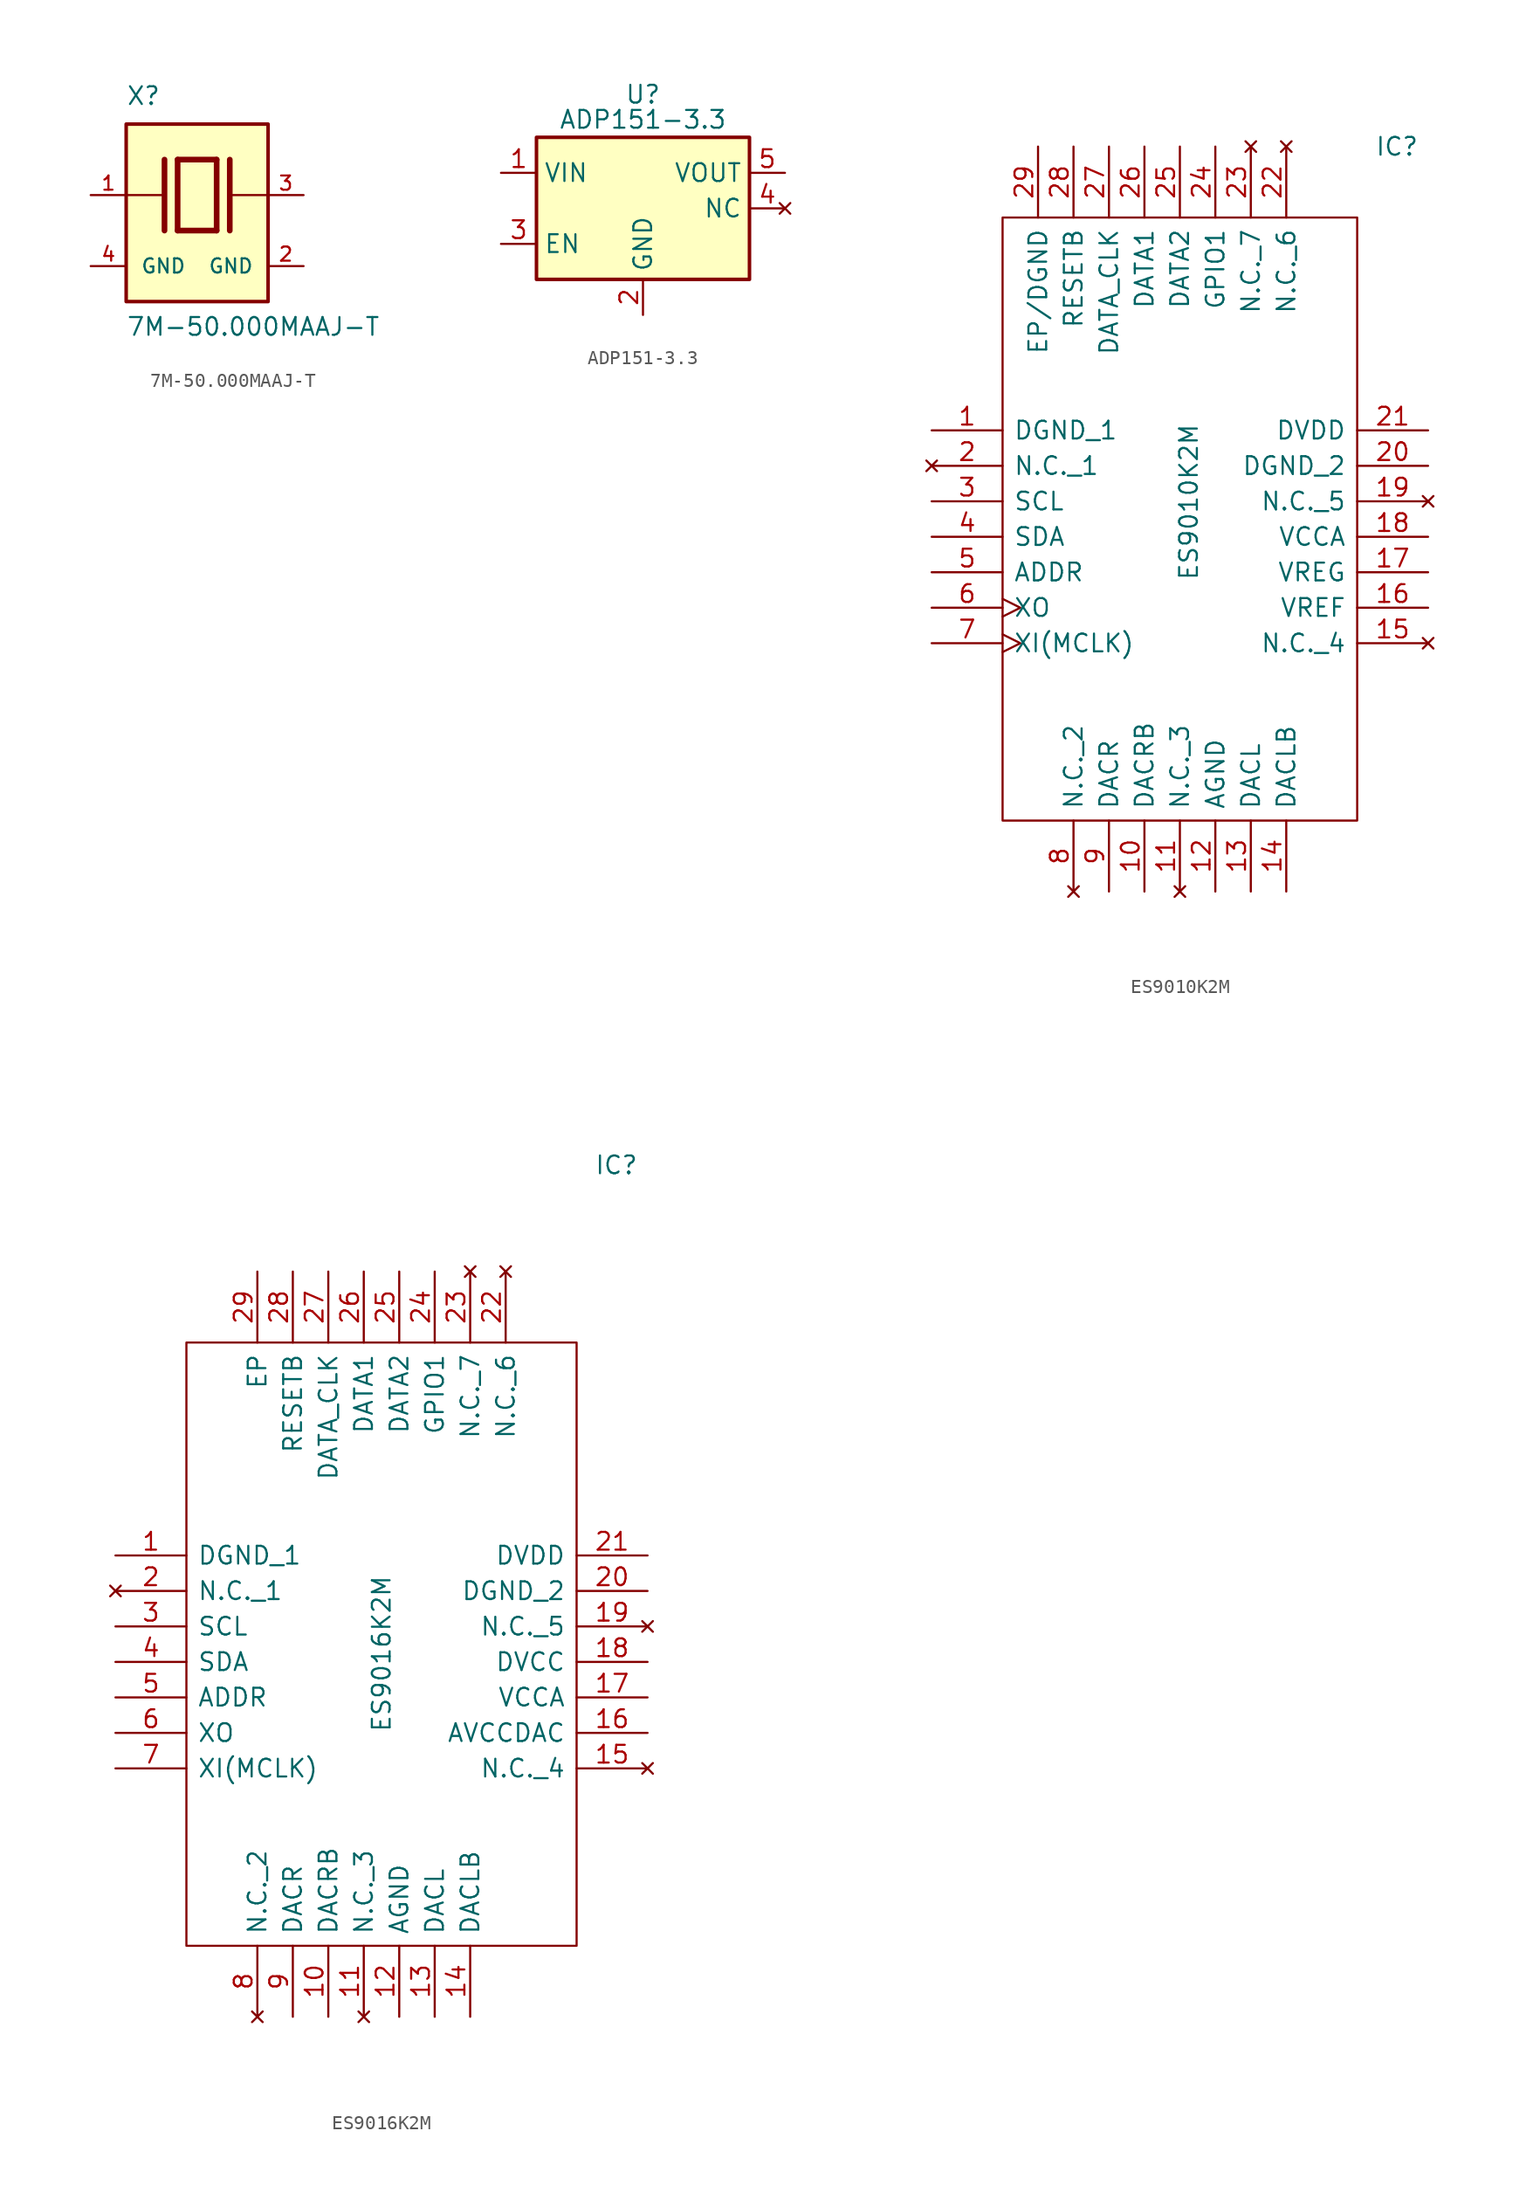
<source format=kicad_sym>
(kicad_symbol_lib
  (version 20220914)
  (generator kicad_symbol_editor)
  (symbol "7M-50.000MAAJ-T"
    (pin_names
      (offset 1.016))
    (property "Reference" "X"
      (at -5.088 6.356 0)
      (effects (font (size 1.27 1.27)) (justify left bottom)))
    (property "Value" "7M-50.000MAAJ-T"
      (at -5.094 -10.16 0)
      (effects (font (size 1.27 1.27)) (justify left bottom)))
    (symbol "7M-50.000MAAJ-T_0_0"
      (rectangle (start -5.08 -7.62) (end 5.08 5.08) (stroke (width 0.254) (type default)) (fill (type background)))
      (polyline (pts (xy -5.08 0) (xy -2.54 0)) (stroke (width 0.152) (type default)) (fill (type none)))
      (polyline (pts (xy -2.337 2.54) (xy -2.337 -2.54)) (stroke (width 0.406) (type default)) (fill (type none)))
      (polyline (pts (xy -1.397 2.54) (xy -1.397 -2.54)) (stroke (width 0.406) (type default)) (fill (type none)))
      (polyline (pts (xy -1.397 2.54) (xy 1.397 2.54)) (stroke (width 0.406) (type default)) (fill (type none)))
      (polyline (pts (xy 1.397 -2.54) (xy -1.397 -2.54)) (stroke (width 0.406) (type default)) (fill (type none)))
      (polyline (pts (xy 1.397 2.54) (xy 1.397 -2.54)) (stroke (width 0.406) (type default)) (fill (type none)))
      (polyline (pts (xy 2.337 2.54) (xy 2.337 -2.54)) (stroke (width 0.406) (type default)) (fill (type none)))
      (polyline (pts (xy 2.54 0) (xy 5.08 0)) (stroke (width 0.152) (type default)) (fill (type none)))
      (pin passive line (at -7.62 0 0) (length 2.54) (name "~" (effects (font (size 1.016 1.016)))) (number "1" (effects (font (size 1.016 1.016)))))
      (pin power_in line (at 7.62 -5.08 180) (length 2.54) (name "GND" (effects (font (size 1.016 1.016)))) (number "2" (effects (font (size 1.016 1.016)))))
      (pin passive line (at 7.62 0 180) (length 2.54) (name "~" (effects (font (size 1.016 1.016)))) (number "3" (effects (font (size 1.016 1.016)))))
      (pin power_in line (at -7.62 -5.08 0) (length 2.54) (name "GND" (effects (font (size 1.016 1.016)))) (number "4" (effects (font (size 1.016 1.016)))))))
  (symbol "ADP151-3.3"
    (property "Reference" "U"
      (at 0 8.89 0)
      (effects (font (size 1.27 1.27)) (justify top)))
    (property "Value" "ADP151-3.3"
      (at 0 6.35 0)
      (effects (font (size 1.27 1.27))))
    (symbol "ADP151-3.3_0_1"
      (rectangle (start -7.62 5.08) (end 7.62 -5.08) (stroke (width 0.254) (type default)) (fill (type background))))
    (symbol "ADP151-3.3_1_1"
      (pin power_in line (at -10.16 2.54 0) (length 2.54) (name "VIN" (effects (font (size 1.27 1.27)))) (number "1" (effects (font (size 1.27 1.27)))))
      (pin power_in line (at 0 -7.62 90) (length 2.54) (name "GND" (effects (font (size 1.27 1.27)))) (number "2" (effects (font (size 1.27 1.27)))))
      (pin input line (at -10.16 -2.54 0) (length 2.54) (name "EN" (effects (font (size 1.27 1.27)))) (number "3" (effects (font (size 1.27 1.27)))))
      (pin no_connect line (at 10.16 0 180) (length 2.54) (name "NC" (effects (font (size 1.27 1.27)))) (number "4" (effects (font (size 1.27 1.27)))))
      (pin power_out line (at 10.16 2.54 180) (length 2.54) (name "VOUT" (effects (font (size 1.27 1.27)))) (number "5" (effects (font (size 1.27 1.27)))))))
  (symbol "ES9010K2M"
    (pin_names
      (offset 0.762))
    (property "Reference" "IC"
      (at 31.75 20.32 0)
      (effects (font (size 1.27 1.27)) (justify left)))
    (property "Value" "ES9010K2M"
      (at 18.415 -10.795 90)
      (do_not_autoplace)
      (effects (font (size 1.27 1.27)) (justify left)))
    (symbol "ES9010K2M_0_0"
      (pin power_in line (at 0 0 0) (length 5.08) (name "DGND_1" (effects (font (size 1.27 1.27)))) (number "1" (effects (font (size 1.27 1.27)))))
      (pin output line (at 15.24 -33.02 90) (length 5.08) (name "DACRB" (effects (font (size 1.27 1.27)))) (number "10" (effects (font (size 1.27 1.27)))))
      (pin no_connect line (at 17.78 -33.02 90) (length 5.08) (name "N.C._3" (effects (font (size 1.27 1.27)))) (number "11" (effects (font (size 1.27 1.27)))))
      (pin power_in line (at 20.32 -33.02 90) (length 5.08) (name "AGND" (effects (font (size 1.27 1.27)))) (number "12" (effects (font (size 1.27 1.27)))))
      (pin output line (at 22.86 -33.02 90) (length 5.08) (name "DACL" (effects (font (size 1.27 1.27)))) (number "13" (effects (font (size 1.27 1.27)))))
      (pin output line (at 25.4 -33.02 90) (length 5.08) (name "DACLB" (effects (font (size 1.27 1.27)))) (number "14" (effects (font (size 1.27 1.27)))))
      (pin no_connect line (at 35.56 -15.24 180) (length 5.08) (name "N.C._4" (effects (font (size 1.27 1.27)))) (number "15" (effects (font (size 1.27 1.27)))))
      (pin power_in line (at 35.56 -12.7 180) (length 5.08) (name "VREF" (effects (font (size 1.27 1.27)))) (number "16" (effects (font (size 1.27 1.27)))))
      (pin power_out line (at 35.56 -10.16 180) (length 5.08) (name "VREG" (effects (font (size 1.27 1.27)))) (number "17" (effects (font (size 1.27 1.27)))))
      (pin power_in line (at 35.56 -7.62 180) (length 5.08) (name "VCCA" (effects (font (size 1.27 1.27)))) (number "18" (effects (font (size 1.27 1.27)))))
      (pin no_connect line (at 35.56 -5.08 180) (length 5.08) (name "N.C._5" (effects (font (size 1.27 1.27)))) (number "19" (effects (font (size 1.27 1.27)))))
      (pin no_connect line (at 0 -2.54 0) (length 5.08) (name "N.C._1" (effects (font (size 1.27 1.27)))) (number "2" (effects (font (size 1.27 1.27)))))
      (pin power_in line (at 35.56 -2.54 180) (length 5.08) (name "DGND_2" (effects (font (size 1.27 1.27)))) (number "20" (effects (font (size 1.27 1.27)))))
      (pin power_in line (at 35.56 0 180) (length 5.08) (name "DVDD" (effects (font (size 1.27 1.27)))) (number "21" (effects (font (size 1.27 1.27)))))
      (pin no_connect line (at 25.4 20.32 270) (length 5.08) (name "N.C._6" (effects (font (size 1.27 1.27)))) (number "22" (effects (font (size 1.27 1.27)))))
      (pin no_connect line (at 22.86 20.32 270) (length 5.08) (name "N.C._7" (effects (font (size 1.27 1.27)))) (number "23" (effects (font (size 1.27 1.27)))))
      (pin bidirectional line (at 20.32 20.32 270) (length 5.08) (name "GPIO1" (effects (font (size 1.27 1.27)))) (number "24" (effects (font (size 1.27 1.27)))))
      (pin input line (at 17.78 20.32 270) (length 5.08) (name "DATA2" (effects (font (size 1.27 1.27)))) (number "25" (effects (font (size 1.27 1.27)))))
      (pin bidirectional line (at 15.24 20.32 270) (length 5.08) (name "DATA1" (effects (font (size 1.27 1.27)))) (number "26" (effects (font (size 1.27 1.27)))))
      (pin bidirectional line (at 12.7 20.32 270) (length 5.08) (name "DATA_CLK" (effects (font (size 1.27 1.27)))) (number "27" (effects (font (size 1.27 1.27)))))
      (pin input line (at 10.16 20.32 270) (length 5.08) (name "RESETB" (effects (font (size 1.27 1.27)))) (number "28" (effects (font (size 1.27 1.27)))))
      (pin power_in line (at 7.62 20.32 270) (length 5.08) (name "EP/DGND" (effects (font (size 1.27 1.27)))) (number "29" (effects (font (size 1.27 1.27)))))
      (pin input line (at 0 -5.08 0) (length 5.08) (name "SCL" (effects (font (size 1.27 1.27)))) (number "3" (effects (font (size 1.27 1.27)))))
      (pin bidirectional line (at 0 -7.62 0) (length 5.08) (name "SDA" (effects (font (size 1.27 1.27)))) (number "4" (effects (font (size 1.27 1.27)))))
      (pin input line (at 0 -10.16 0) (length 5.08) (name "ADDR" (effects (font (size 1.27 1.27)))) (number "5" (effects (font (size 1.27 1.27)))))
      (pin output clock (at 0 -12.7 0) (length 5.08) (name "XO" (effects (font (size 1.27 1.27)))) (number "6" (effects (font (size 1.27 1.27)))))
      (pin input clock (at 0 -15.24 0) (length 5.08) (name "XI(MCLK)" (effects (font (size 1.27 1.27)))) (number "7" (effects (font (size 1.27 1.27)))))
      (pin no_connect line (at 10.16 -33.02 90) (length 5.08) (name "N.C._2" (effects (font (size 1.27 1.27)))) (number "8" (effects (font (size 1.27 1.27)))))
      (pin output line (at 12.7 -33.02 90) (length 5.08) (name "DACR" (effects (font (size 1.27 1.27)))) (number "9" (effects (font (size 1.27 1.27))))))
    (symbol "ES9010K2M_0_1"
      (polyline (pts (xy 5.08 15.24) (xy 30.48 15.24) (xy 30.48 -27.94) (xy 5.08 -27.94) (xy 5.08 15.24)) (stroke (width 0.152) (type solid)) (fill (type none)))))
  (symbol "ES9016K2M"
    (pin_names
      (offset 0.762))
    (property "Reference" "IC"
      (at 34.29 27.94 0)
      (effects (font (size 1.27 1.27)) (justify left)))
    (property "Value" "ES9016K2M"
      (at 19.05 -12.7 90)
      (do_not_autoplace)
      (effects (font (size 1.27 1.27)) (justify left)))
    (symbol "ES9016K2M_0_0"
      (pin power_in line (at 0 0 0) (length 5.08) (name "DGND_1" (effects (font (size 1.27 1.27)))) (number "1" (effects (font (size 1.27 1.27)))))
      (pin output line (at 15.24 -33.02 90) (length 5.08) (name "DACRB" (effects (font (size 1.27 1.27)))) (number "10" (effects (font (size 1.27 1.27)))))
      (pin no_connect line (at 17.78 -33.02 90) (length 5.08) (name "N.C._3" (effects (font (size 1.27 1.27)))) (number "11" (effects (font (size 1.27 1.27)))))
      (pin power_in line (at 20.32 -33.02 90) (length 5.08) (name "AGND" (effects (font (size 1.27 1.27)))) (number "12" (effects (font (size 1.27 1.27)))))
      (pin output line (at 22.86 -33.02 90) (length 5.08) (name "DACL" (effects (font (size 1.27 1.27)))) (number "13" (effects (font (size 1.27 1.27)))))
      (pin output line (at 25.4 -33.02 90) (length 5.08) (name "DACLB" (effects (font (size 1.27 1.27)))) (number "14" (effects (font (size 1.27 1.27)))))
      (pin no_connect line (at 38.1 -15.24 180) (length 5.08) (name "N.C._4" (effects (font (size 1.27 1.27)))) (number "15" (effects (font (size 1.27 1.27)))))
      (pin power_in line (at 38.1 -12.7 180) (length 5.08) (name "AVCCDAC" (effects (font (size 1.27 1.27)))) (number "16" (effects (font (size 1.27 1.27)))))
      (pin power_out line (at 38.1 -10.16 180) (length 5.08) (name "VCCA" (effects (font (size 1.27 1.27)))) (number "17" (effects (font (size 1.27 1.27)))))
      (pin power_in line (at 38.1 -7.62 180) (length 5.08) (name "DVCC" (effects (font (size 1.27 1.27)))) (number "18" (effects (font (size 1.27 1.27)))))
      (pin no_connect line (at 38.1 -5.08 180) (length 5.08) (name "N.C._5" (effects (font (size 1.27 1.27)))) (number "19" (effects (font (size 1.27 1.27)))))
      (pin no_connect line (at 0 -2.54 0) (length 5.08) (name "N.C._1" (effects (font (size 1.27 1.27)))) (number "2" (effects (font (size 1.27 1.27)))))
      (pin power_in line (at 38.1 -2.54 180) (length 5.08) (name "DGND_2" (effects (font (size 1.27 1.27)))) (number "20" (effects (font (size 1.27 1.27)))))
      (pin power_in line (at 38.1 0 180) (length 5.08) (name "DVDD" (effects (font (size 1.27 1.27)))) (number "21" (effects (font (size 1.27 1.27)))))
      (pin no_connect line (at 27.94 20.32 270) (length 5.08) (name "N.C._6" (effects (font (size 1.27 1.27)))) (number "22" (effects (font (size 1.27 1.27)))))
      (pin no_connect line (at 25.4 20.32 270) (length 5.08) (name "N.C._7" (effects (font (size 1.27 1.27)))) (number "23" (effects (font (size 1.27 1.27)))))
      (pin bidirectional line (at 22.86 20.32 270) (length 5.08) (name "GPIO1" (effects (font (size 1.27 1.27)))) (number "24" (effects (font (size 1.27 1.27)))))
      (pin input line (at 20.32 20.32 270) (length 5.08) (name "DATA2" (effects (font (size 1.27 1.27)))) (number "25" (effects (font (size 1.27 1.27)))))
      (pin bidirectional line (at 17.78 20.32 270) (length 5.08) (name "DATA1" (effects (font (size 1.27 1.27)))) (number "26" (effects (font (size 1.27 1.27)))))
      (pin bidirectional line (at 15.24 20.32 270) (length 5.08) (name "DATA_CLK" (effects (font (size 1.27 1.27)))) (number "27" (effects (font (size 1.27 1.27)))))
      (pin input line (at 12.7 20.32 270) (length 5.08) (name "RESETB" (effects (font (size 1.27 1.27)))) (number "28" (effects (font (size 1.27 1.27)))))
      (pin power_in line (at 10.16 20.32 270) (length 5.08) (name "EP" (effects (font (size 1.27 1.27)))) (number "29" (effects (font (size 1.27 1.27)))))
      (pin input line (at 0 -5.08 0) (length 5.08) (name "SCL" (effects (font (size 1.27 1.27)))) (number "3" (effects (font (size 1.27 1.27)))))
      (pin bidirectional line (at 0 -7.62 0) (length 5.08) (name "SDA" (effects (font (size 1.27 1.27)))) (number "4" (effects (font (size 1.27 1.27)))))
      (pin input line (at 0 -10.16 0) (length 5.08) (name "ADDR" (effects (font (size 1.27 1.27)))) (number "5" (effects (font (size 1.27 1.27)))))
      (pin output line (at 0 -12.7 0) (length 5.08) (name "XO" (effects (font (size 1.27 1.27)))) (number "6" (effects (font (size 1.27 1.27)))))
      (pin input line (at 0 -15.24 0) (length 5.08) (name "XI(MCLK)" (effects (font (size 1.27 1.27)))) (number "7" (effects (font (size 1.27 1.27)))))
      (pin no_connect line (at 10.16 -33.02 90) (length 5.08) (name "N.C._2" (effects (font (size 1.27 1.27)))) (number "8" (effects (font (size 1.27 1.27)))))
      (pin output line (at 12.7 -33.02 90) (length 5.08) (name "DACR" (effects (font (size 1.27 1.27)))) (number "9" (effects (font (size 1.27 1.27))))))
    (symbol "ES9016K2M_0_1"
      (polyline (pts (xy 5.08 15.24) (xy 33.02 15.24) (xy 33.02 -27.94) (xy 5.08 -27.94) (xy 5.08 15.24)) (stroke (width 0.152) (type solid)) (fill (type none))))))
</source>
